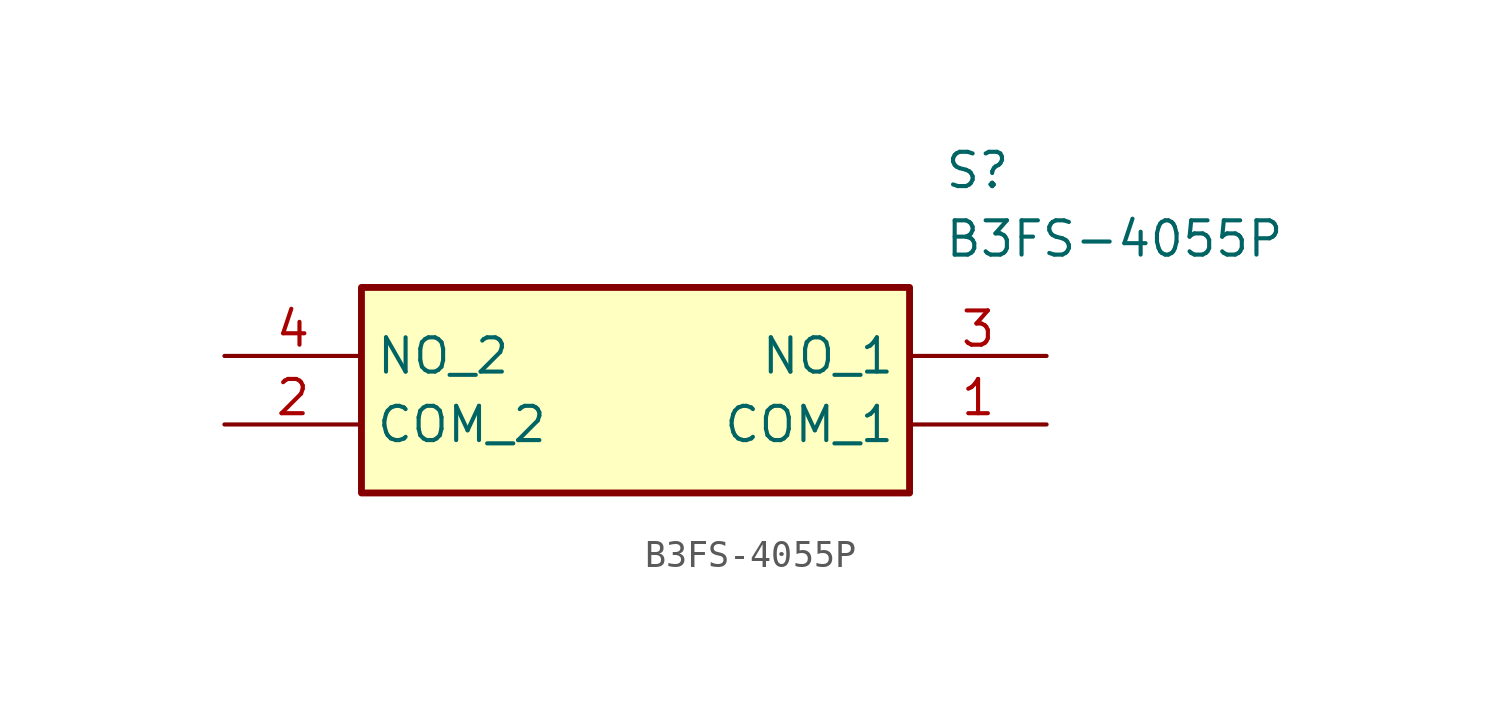
<source format=kicad_sym>
(kicad_symbol_lib
  (version 20231120)
  (generator "kicad_symbol_editor")
  (generator_version "8.0")
  (symbol "B3FS-4055P"
    (property "Reference" "S"
      (at 26.67 7.62 0)
      (effects (font (size 1.27 1.27)) (justify left top)))
    (property "Value" "B3FS-4055P"
      (at 26.67 5.08 0)
      (effects (font (size 1.27 1.27)) (justify left top)))
    (symbol "B3FS-4055P_1_1"
      (rectangle (start 5.08 2.54) (end 25.4 -5.08) (stroke (width 0.254) (type default)) (fill (type background)))
      (pin passive line (at 30.48 -2.54 180) (length 5.08) (name "COM_1" (effects (font (size 1.27 1.27)))) (number "1" (effects (font (size 1.27 1.27)))))
      (pin passive line (at 0 -2.54 0) (length 5.08) (name "COM_2" (effects (font (size 1.27 1.27)))) (number "2" (effects (font (size 1.27 1.27)))))
      (pin passive line (at 30.48 0 180) (length 5.08) (name "NO_1" (effects (font (size 1.27 1.27)))) (number "3" (effects (font (size 1.27 1.27)))))
      (pin passive line (at 0 0 0) (length 5.08) (name "NO_2" (effects (font (size 1.27 1.27)))) (number "4" (effects (font (size 1.27 1.27))))))))
</source>
